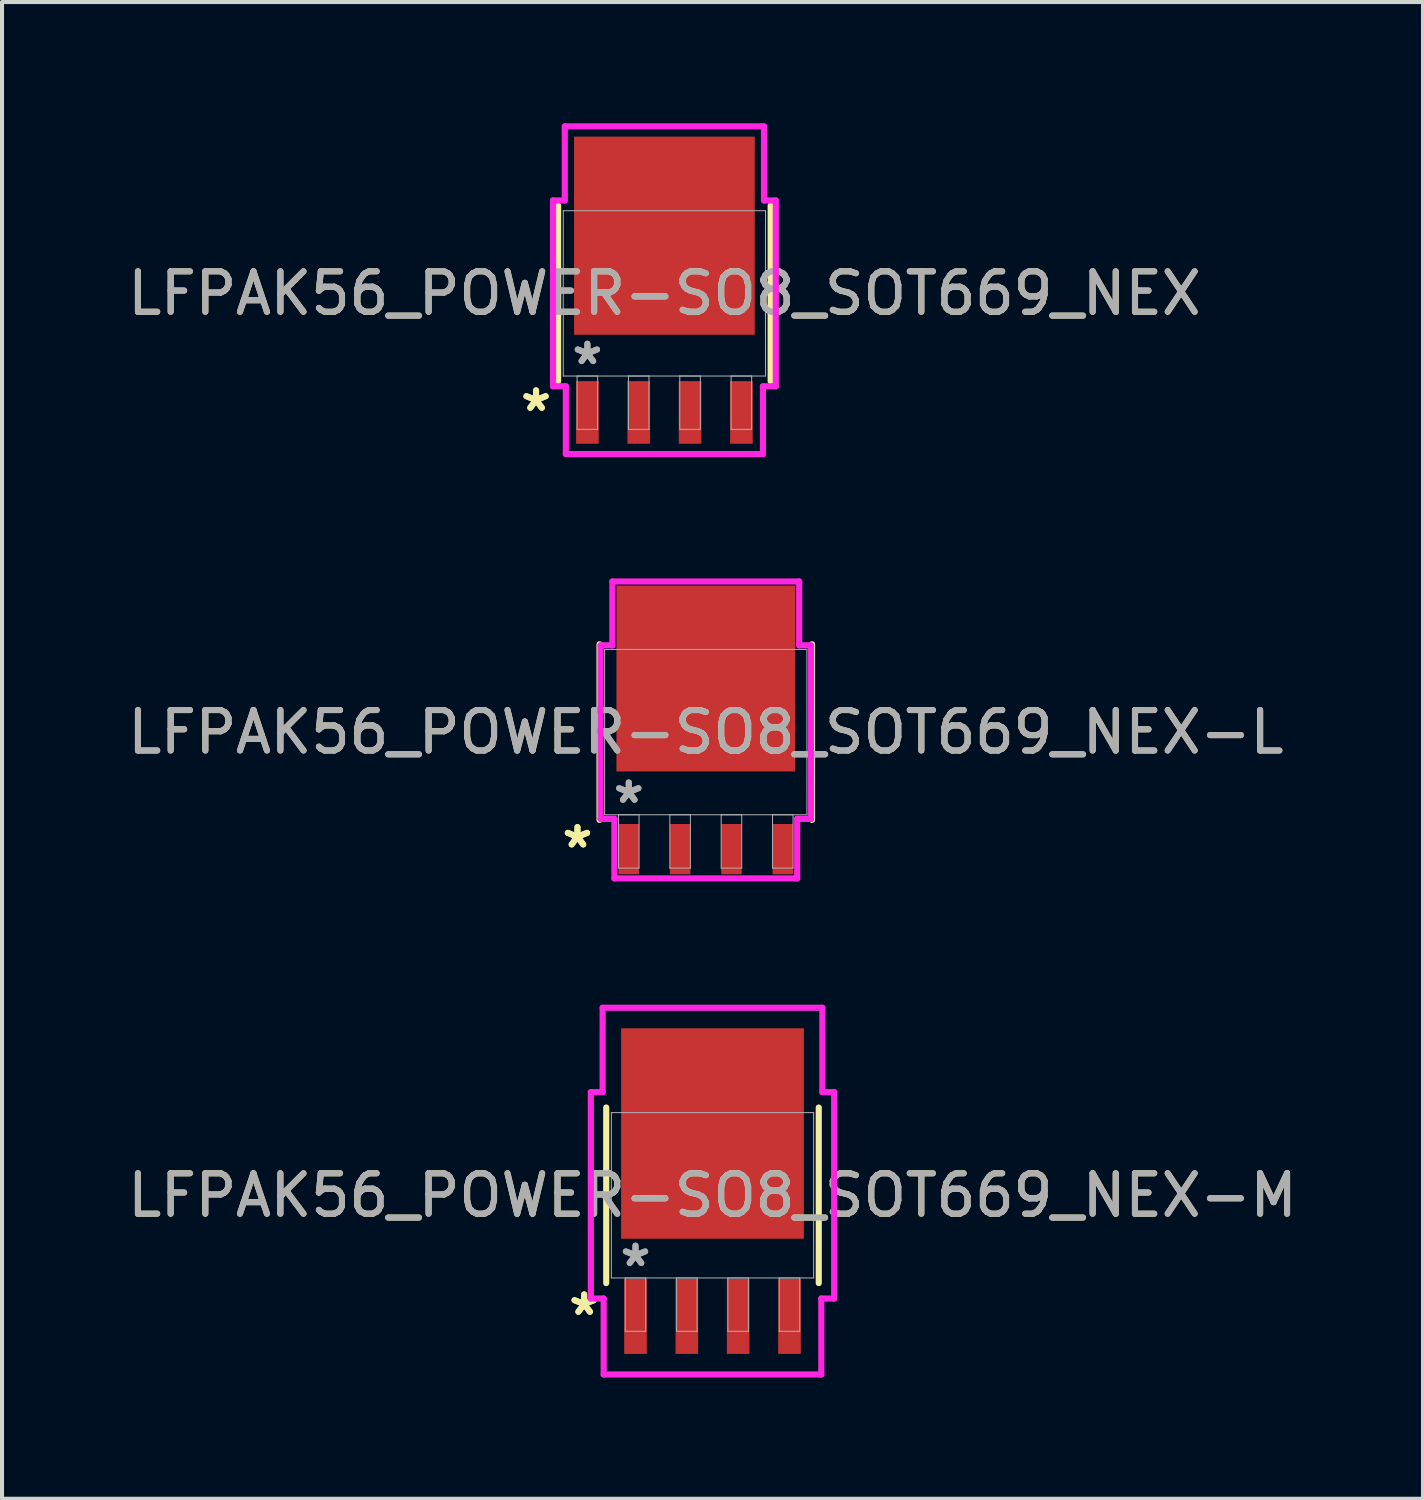
<source format=kicad_pcb>
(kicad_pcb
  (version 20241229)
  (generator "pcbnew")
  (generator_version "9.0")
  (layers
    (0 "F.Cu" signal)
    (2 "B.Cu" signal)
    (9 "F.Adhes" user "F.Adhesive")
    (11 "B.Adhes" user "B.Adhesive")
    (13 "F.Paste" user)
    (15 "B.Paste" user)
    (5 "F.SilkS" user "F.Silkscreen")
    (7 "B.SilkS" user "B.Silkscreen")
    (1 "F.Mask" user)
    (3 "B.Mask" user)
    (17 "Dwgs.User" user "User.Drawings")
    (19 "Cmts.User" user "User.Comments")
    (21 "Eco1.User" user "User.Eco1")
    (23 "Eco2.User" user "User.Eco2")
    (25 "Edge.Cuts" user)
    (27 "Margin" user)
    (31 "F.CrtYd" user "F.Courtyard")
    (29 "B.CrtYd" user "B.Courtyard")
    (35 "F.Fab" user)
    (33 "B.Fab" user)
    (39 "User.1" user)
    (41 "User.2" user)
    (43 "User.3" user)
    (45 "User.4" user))
  (footprint "LFPAK56_POWER-SO8_SOT669_NEX"
    (layer "F.Cu")
    (at 13.387 4.208)
    (property "Reference" "LFPAK56_POWER-SO8_SOT669_NEX" (at 0 0 0) (unlocked yes) (layer "F.SilkS") (effects (font (size 1 1) (thickness 0.15))))
    (attr smd)
    (fp_line (start -2.629 -2.172) (end -2.629 2.172) (stroke (width 0.152) (type solid)) (layer "F.SilkS"))
    (fp_line (start 2.629 2.172) (end 2.629 -2.172) (stroke (width 0.152) (type solid)) (layer "F.SilkS"))
    (fp_line (start -2.756 -2.299) (end -2.464 -2.299) (stroke (width 0.152) (type solid)) (layer "F.CrtYd"))
    (fp_line (start -2.756 2.299) (end -2.756 -2.299) (stroke (width 0.152) (type solid)) (layer "F.CrtYd"))
    (fp_line (start -2.464 -4.132) (end 2.464 -4.132) (stroke (width 0.152) (type solid)) (layer "F.CrtYd"))
    (fp_line (start -2.464 -2.299) (end -2.464 -4.132) (stroke (width 0.152) (type solid)) (layer "F.CrtYd"))
    (fp_line (start -2.438 2.299) (end -2.756 2.299) (stroke (width 0.152) (type solid)) (layer "F.CrtYd"))
    (fp_line (start -2.438 3.975) (end -2.438 2.299) (stroke (width 0.152) (type solid)) (layer "F.CrtYd"))
    (fp_line (start 2.438 2.299) (end 2.438 3.975) (stroke (width 0.152) (type solid)) (layer "F.CrtYd"))
    (fp_line (start 2.438 3.975) (end -2.438 3.975) (stroke (width 0.152) (type solid)) (layer "F.CrtYd"))
    (fp_line (start 2.464 -4.132) (end 2.464 -2.299) (stroke (width 0.152) (type solid)) (layer "F.CrtYd"))
    (fp_line (start 2.464 -2.299) (end 2.756 -2.299) (stroke (width 0.152) (type solid)) (layer "F.CrtYd"))
    (fp_line (start 2.756 -2.299) (end 2.756 2.299) (stroke (width 0.152) (type solid)) (layer "F.CrtYd"))
    (fp_line (start 2.756 2.299) (end 2.438 2.299) (stroke (width 0.152) (type solid)) (layer "F.CrtYd"))
    (fp_line (start -2.502 -2.045) (end -2.502 2.045) (stroke (width 0.025) (type solid)) (layer "F.Fab"))
    (fp_line (start -2.502 2.045) (end 2.502 2.045) (stroke (width 0.025) (type solid)) (layer "F.Fab"))
    (fp_line (start -2.159 2.045) (end -2.159 3.365) (stroke (width 0.025) (type solid)) (layer "F.Fab"))
    (fp_line (start -2.159 3.365) (end -1.651 3.365) (stroke (width 0.025) (type solid)) (layer "F.Fab"))
    (fp_line (start -1.651 2.045) (end -2.159 2.045) (stroke (width 0.025) (type solid)) (layer "F.Fab"))
    (fp_line (start -1.651 3.365) (end -1.651 2.045) (stroke (width 0.025) (type solid)) (layer "F.Fab"))
    (fp_line (start -0.889 2.045) (end -0.889 3.365) (stroke (width 0.025) (type solid)) (layer "F.Fab"))
    (fp_line (start -0.889 3.365) (end -0.381 3.365) (stroke (width 0.025) (type solid)) (layer "F.Fab"))
    (fp_line (start -0.381 2.045) (end -0.889 2.045) (stroke (width 0.025) (type solid)) (layer "F.Fab"))
    (fp_line (start -0.381 3.365) (end -0.381 2.045) (stroke (width 0.025) (type solid)) (layer "F.Fab"))
    (fp_line (start 0.381 2.045) (end 0.381 3.365) (stroke (width 0.025) (type solid)) (layer "F.Fab"))
    (fp_line (start 0.381 3.365) (end 0.889 3.365) (stroke (width 0.025) (type solid)) (layer "F.Fab"))
    (fp_line (start 0.889 2.045) (end 0.381 2.045) (stroke (width 0.025) (type solid)) (layer "F.Fab"))
    (fp_line (start 0.889 3.365) (end 0.889 2.045) (stroke (width 0.025) (type solid)) (layer "F.Fab"))
    (fp_line (start 1.651 2.045) (end 1.651 3.365) (stroke (width 0.025) (type solid)) (layer "F.Fab"))
    (fp_line (start 1.651 3.365) (end 2.159 3.365) (stroke (width 0.025) (type solid)) (layer "F.Fab"))
    (fp_line (start 2.159 2.045) (end 1.651 2.045) (stroke (width 0.025) (type solid)) (layer "F.Fab"))
    (fp_line (start 2.159 3.365) (end 2.159 2.045) (stroke (width 0.025) (type solid)) (layer "F.Fab"))
    (fp_line (start 2.502 -2.045) (end -2.502 -2.045) (stroke (width 0.025) (type solid)) (layer "F.Fab"))
    (fp_line (start 2.502 2.045) (end 2.502 -2.045) (stroke (width 0.025) (type solid)) (layer "F.Fab"))
    (fp_text user "*" (at -3.175 2.946 0) (unlocked yes) (layer "F.SilkS") (effects (font (size 1 1) (thickness 0.15))))
    (fp_text user "*" (at -3.175 2.946 0) (layer "F.SilkS") (effects (font (size 1 1) (thickness 0.15))))
    (fp_text user "*" (at -1.905 1.791 0) (unlocked yes) (layer "F.Fab") (effects (font (size 1 1) (thickness 0.15))))
    (fp_text user "${REFERENCE}" (at 0 0 0) (unlocked yes) (layer "F.Fab") (effects (font (size 1 1) (thickness 0.15))))
    (fp_text user "*" (at -1.905 1.791 0) (layer "F.Fab") (effects (font (size 1 1) (thickness 0.15))))
    (pad "1" smd rect (at -1.905 2.946) (size 0.559 1.549) (layers "F.Cu" "F.Mask" "F.Paste"))
    (pad "2" smd rect (at -0.635 2.946) (size 0.559 1.549) (layers "F.Cu" "F.Mask" "F.Paste"))
    (pad "3" smd rect (at 0.635 2.946) (size 0.559 1.549) (layers "F.Cu" "F.Mask" "F.Paste"))
    (pad "4" smd rect (at 1.905 2.946) (size 0.559 1.549) (layers "F.Cu" "F.Mask" "F.Paste"))
    (pad "5" smd rect (at 0 -1.427) (size 4.47 4.902) (layers "F.Cu" "F.Mask" "F.Paste")))
  (footprint "LFPAK56_POWER-SO8_SOT669_NEX-M"
    (layer "F.Cu")
    (at 14.577 26.522)
    (property "Reference" "LFPAK56_POWER-SO8_SOT669_NEX-M" (at 0 0 0) (unlocked yes) (layer "F.SilkS") (effects (font (size 1 1) (thickness 0.15))))
    (attr smd)
    (fp_line (start -2.629 -2.172) (end -2.629 2.172) (stroke (width 0.152) (type solid)) (layer "F.SilkS"))
    (fp_line (start 2.629 2.172) (end 2.629 -2.172) (stroke (width 0.152) (type solid)) (layer "F.SilkS"))
    (fp_line (start -3.01 -2.553) (end -2.718 -2.553) (stroke (width 0.152) (type solid)) (layer "F.CrtYd"))
    (fp_line (start -3.01 2.553) (end -3.01 -2.553) (stroke (width 0.152) (type solid)) (layer "F.CrtYd"))
    (fp_line (start -2.718 -4.64) (end 2.718 -4.64) (stroke (width 0.152) (type solid)) (layer "F.CrtYd"))
    (fp_line (start -2.718 -2.553) (end -2.718 -4.64) (stroke (width 0.152) (type solid)) (layer "F.CrtYd"))
    (fp_line (start -2.692 2.553) (end -3.01 2.553) (stroke (width 0.152) (type solid)) (layer "F.CrtYd"))
    (fp_line (start -2.692 4.432) (end -2.692 2.553) (stroke (width 0.152) (type solid)) (layer "F.CrtYd"))
    (fp_line (start 2.692 2.553) (end 2.692 4.432) (stroke (width 0.152) (type solid)) (layer "F.CrtYd"))
    (fp_line (start 2.692 4.432) (end -2.692 4.432) (stroke (width 0.152) (type solid)) (layer "F.CrtYd"))
    (fp_line (start 2.718 -4.64) (end 2.718 -2.553) (stroke (width 0.152) (type solid)) (layer "F.CrtYd"))
    (fp_line (start 2.718 -2.553) (end 3.01 -2.553) (stroke (width 0.152) (type solid)) (layer "F.CrtYd"))
    (fp_line (start 3.01 -2.553) (end 3.01 2.553) (stroke (width 0.152) (type solid)) (layer "F.CrtYd"))
    (fp_line (start 3.01 2.553) (end 2.692 2.553) (stroke (width 0.152) (type solid)) (layer "F.CrtYd"))
    (fp_line (start -2.502 -2.045) (end -2.502 2.045) (stroke (width 0.025) (type solid)) (layer "F.Fab"))
    (fp_line (start -2.502 2.045) (end 2.502 2.045) (stroke (width 0.025) (type solid)) (layer "F.Fab"))
    (fp_line (start -2.159 2.045) (end -2.159 3.365) (stroke (width 0.025) (type solid)) (layer "F.Fab"))
    (fp_line (start -2.159 3.365) (end -1.651 3.365) (stroke (width 0.025) (type solid)) (layer "F.Fab"))
    (fp_line (start -1.651 2.045) (end -2.159 2.045) (stroke (width 0.025) (type solid)) (layer "F.Fab"))
    (fp_line (start -1.651 3.365) (end -1.651 2.045) (stroke (width 0.025) (type solid)) (layer "F.Fab"))
    (fp_line (start -0.889 2.045) (end -0.889 3.365) (stroke (width 0.025) (type solid)) (layer "F.Fab"))
    (fp_line (start -0.889 3.365) (end -0.381 3.365) (stroke (width 0.025) (type solid)) (layer "F.Fab"))
    (fp_line (start -0.381 2.045) (end -0.889 2.045) (stroke (width 0.025) (type solid)) (layer "F.Fab"))
    (fp_line (start -0.381 3.365) (end -0.381 2.045) (stroke (width 0.025) (type solid)) (layer "F.Fab"))
    (fp_line (start 0.381 2.045) (end 0.381 3.365) (stroke (width 0.025) (type solid)) (layer "F.Fab"))
    (fp_line (start 0.381 3.365) (end 0.889 3.365) (stroke (width 0.025) (type solid)) (layer "F.Fab"))
    (fp_line (start 0.889 2.045) (end 0.381 2.045) (stroke (width 0.025) (type solid)) (layer "F.Fab"))
    (fp_line (start 0.889 3.365) (end 0.889 2.045) (stroke (width 0.025) (type solid)) (layer "F.Fab"))
    (fp_line (start 1.651 2.045) (end 1.651 3.365) (stroke (width 0.025) (type solid)) (layer "F.Fab"))
    (fp_line (start 1.651 3.365) (end 2.159 3.365) (stroke (width 0.025) (type solid)) (layer "F.Fab"))
    (fp_line (start 2.159 2.045) (end 1.651 2.045) (stroke (width 0.025) (type solid)) (layer "F.Fab"))
    (fp_line (start 2.159 3.365) (end 2.159 2.045) (stroke (width 0.025) (type solid)) (layer "F.Fab"))
    (fp_line (start 2.502 -2.045) (end -2.502 -2.045) (stroke (width 0.025) (type solid)) (layer "F.Fab"))
    (fp_line (start 2.502 2.045) (end 2.502 -2.045) (stroke (width 0.025) (type solid)) (layer "F.Fab"))
    (fp_text user "*" (at -3.175 2.997 0) (unlocked yes) (layer "F.SilkS") (effects (font (size 1 1) (thickness 0.15))))
    (fp_text user "*" (at -3.175 2.997 0) (layer "F.SilkS") (effects (font (size 1 1) (thickness 0.15))))
    (fp_text user "${REFERENCE}" (at 0 0 0) (unlocked yes) (layer "F.Fab") (effects (font (size 1 1) (thickness 0.15))))
    (fp_text user "*" (at -1.905 1.791 0) (unlocked yes) (layer "F.Fab") (effects (font (size 1 1) (thickness 0.15))))
    (fp_text user "*" (at -1.905 1.791 0) (layer "F.Fab") (effects (font (size 1 1) (thickness 0.15))))
    (pad "1" smd rect (at -1.905 2.997) (size 0.559 1.854) (layers "F.Cu" "F.Mask" "F.Paste"))
    (pad "2" smd rect (at -0.635 2.997) (size 0.559 1.854) (layers "F.Cu" "F.Mask" "F.Paste"))
    (pad "3" smd rect (at 0.635 2.997) (size 0.559 1.854) (layers "F.Cu" "F.Mask" "F.Paste"))
    (pad "4" smd rect (at 1.905 2.997) (size 0.559 1.854) (layers "F.Cu" "F.Mask" "F.Paste"))
    (pad "5" smd rect (at 0 -1.529) (size 4.521 5.207) (layers "F.Cu" "F.Mask" "F.Paste")))
  (footprint "LFPAK56_POWER-SO8_SOT669_NEX-L"
    (layer "F.Cu")
    (at 14.411 15.062)
    (property "Reference" "LFPAK56_POWER-SO8_SOT669_NEX-L" (at 0 0 0) (unlocked yes) (layer "F.SilkS") (effects (font (size 1 1) (thickness 0.15))))
    (attr smd)
    (fp_line (start -2.629 -2.172) (end -2.629 2.172) (stroke (width 0.152) (type solid)) (layer "F.SilkS"))
    (fp_line (start 2.629 2.172) (end 2.629 -2.172) (stroke (width 0.152) (type solid)) (layer "F.SilkS"))
    (fp_line (start -2.603 -2.146) (end -2.311 -2.146) (stroke (width 0.152) (type solid)) (layer "F.CrtYd"))
    (fp_line (start -2.603 2.146) (end -2.603 -2.146) (stroke (width 0.152) (type solid)) (layer "F.CrtYd"))
    (fp_line (start -2.311 -3.726) (end 2.311 -3.726) (stroke (width 0.152) (type solid)) (layer "F.CrtYd"))
    (fp_line (start -2.311 -2.146) (end -2.311 -3.726) (stroke (width 0.152) (type solid)) (layer "F.CrtYd"))
    (fp_line (start -2.261 2.146) (end -2.603 2.146) (stroke (width 0.152) (type solid)) (layer "F.CrtYd"))
    (fp_line (start -2.261 3.619) (end -2.261 2.146) (stroke (width 0.152) (type solid)) (layer "F.CrtYd"))
    (fp_line (start 2.261 2.146) (end 2.261 3.619) (stroke (width 0.152) (type solid)) (layer "F.CrtYd"))
    (fp_line (start 2.261 3.619) (end -2.261 3.619) (stroke (width 0.152) (type solid)) (layer "F.CrtYd"))
    (fp_line (start 2.311 -3.726) (end 2.311 -2.146) (stroke (width 0.152) (type solid)) (layer "F.CrtYd"))
    (fp_line (start 2.311 -2.146) (end 2.603 -2.146) (stroke (width 0.152) (type solid)) (layer "F.CrtYd"))
    (fp_line (start 2.603 -2.146) (end 2.603 2.146) (stroke (width 0.152) (type solid)) (layer "F.CrtYd"))
    (fp_line (start 2.603 2.146) (end 2.261 2.146) (stroke (width 0.152) (type solid)) (layer "F.CrtYd"))
    (fp_line (start -2.502 -2.045) (end -2.502 2.045) (stroke (width 0.025) (type solid)) (layer "F.Fab"))
    (fp_line (start -2.502 2.045) (end 2.502 2.045) (stroke (width 0.025) (type solid)) (layer "F.Fab"))
    (fp_line (start -2.159 2.045) (end -2.159 3.365) (stroke (width 0.025) (type solid)) (layer "F.Fab"))
    (fp_line (start -2.159 3.365) (end -1.651 3.365) (stroke (width 0.025) (type solid)) (layer "F.Fab"))
    (fp_line (start -1.651 2.045) (end -2.159 2.045) (stroke (width 0.025) (type solid)) (layer "F.Fab"))
    (fp_line (start -1.651 3.365) (end -1.651 2.045) (stroke (width 0.025) (type solid)) (layer "F.Fab"))
    (fp_line (start -0.889 2.045) (end -0.889 3.365) (stroke (width 0.025) (type solid)) (layer "F.Fab"))
    (fp_line (start -0.889 3.365) (end -0.381 3.365) (stroke (width 0.025) (type solid)) (layer "F.Fab"))
    (fp_line (start -0.381 2.045) (end -0.889 2.045) (stroke (width 0.025) (type solid)) (layer "F.Fab"))
    (fp_line (start -0.381 3.365) (end -0.381 2.045) (stroke (width 0.025) (type solid)) (layer "F.Fab"))
    (fp_line (start 0.381 2.045) (end 0.381 3.365) (stroke (width 0.025) (type solid)) (layer "F.Fab"))
    (fp_line (start 0.381 3.365) (end 0.889 3.365) (stroke (width 0.025) (type solid)) (layer "F.Fab"))
    (fp_line (start 0.889 2.045) (end 0.381 2.045) (stroke (width 0.025) (type solid)) (layer "F.Fab"))
    (fp_line (start 0.889 3.365) (end 0.889 2.045) (stroke (width 0.025) (type solid)) (layer "F.Fab"))
    (fp_line (start 1.651 2.045) (end 1.651 3.365) (stroke (width 0.025) (type solid)) (layer "F.Fab"))
    (fp_line (start 1.651 3.365) (end 2.159 3.365) (stroke (width 0.025) (type solid)) (layer "F.Fab"))
    (fp_line (start 2.159 2.045) (end 1.651 2.045) (stroke (width 0.025) (type solid)) (layer "F.Fab"))
    (fp_line (start 2.159 3.365) (end 2.159 2.045) (stroke (width 0.025) (type solid)) (layer "F.Fab"))
    (fp_line (start 2.502 -2.045) (end -2.502 -2.045) (stroke (width 0.025) (type solid)) (layer "F.Fab"))
    (fp_line (start 2.502 2.045) (end 2.502 -2.045) (stroke (width 0.025) (type solid)) (layer "F.Fab"))
    (fp_text user "*" (at -3.175 2.896 0) (layer "F.SilkS") (effects (font (size 1 1) (thickness 0.15))))
    (fp_text user "*" (at -3.175 2.896 0) (unlocked yes) (layer "F.SilkS") (effects (font (size 1 1) (thickness 0.15))))
    (fp_text user "*" (at -1.905 1.791 0) (layer "F.Fab") (effects (font (size 1 1) (thickness 0.15))))
    (fp_text user "${REFERENCE}" (at 0 0 0) (unlocked yes) (layer "F.Fab") (effects (font (size 1 1) (thickness 0.15))))
    (fp_text user "*" (at -1.905 1.791 0) (unlocked yes) (layer "F.Fab") (effects (font (size 1 1) (thickness 0.15))))
    (pad "1" smd rect (at -1.905 2.896) (size 0.508 1.245) (layers "F.Cu" "F.Mask" "F.Paste"))
    (pad "2" smd rect (at -0.635 2.896) (size 0.508 1.245) (layers "F.Cu" "F.Mask" "F.Paste"))
    (pad "3" smd rect (at 0.635 2.896) (size 0.508 1.245) (layers "F.Cu" "F.Mask" "F.Paste"))
    (pad "4" smd rect (at 1.905 2.896) (size 0.508 1.245) (layers "F.Cu" "F.Mask" "F.Paste"))
    (pad "5" smd rect (at 0 -1.325) (size 4.42 4.597) (layers "F.Cu" "F.Mask" "F.Paste")))
  (gr_rect
    (start -3 -3)
    (end 32.155 34.03)
    (stroke (width 0.1) (type default))
    (fill no)
    (layer "Edge.Cuts")))
</source>
